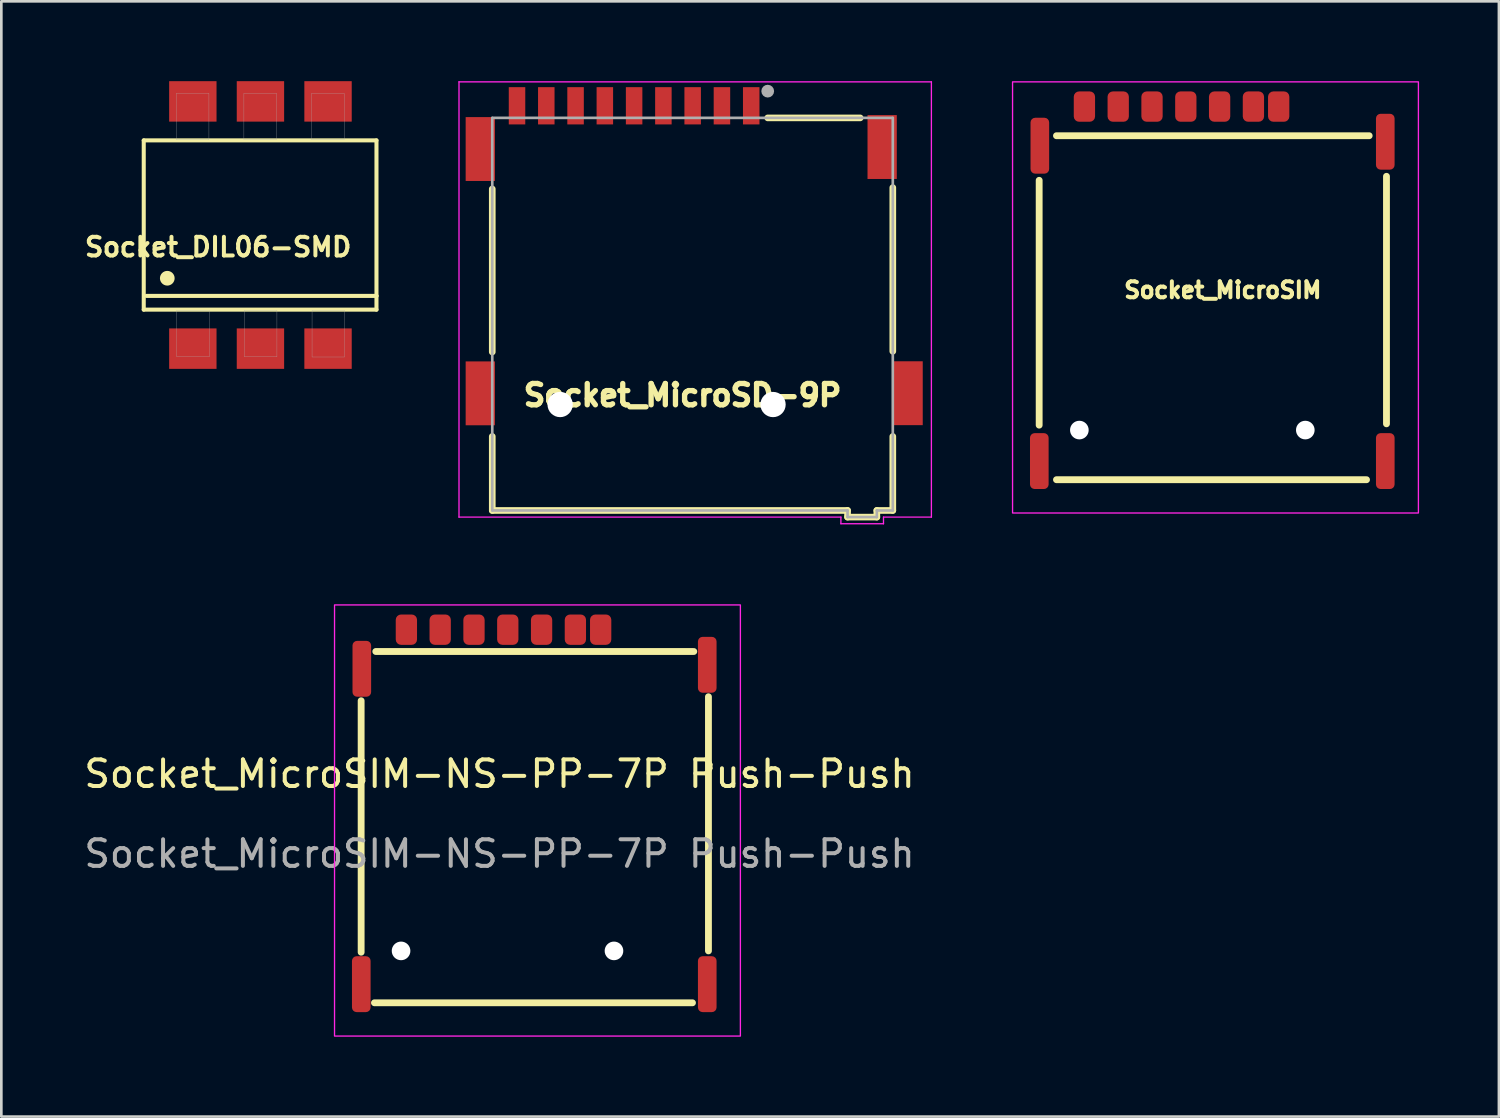
<source format=kicad_pcb>
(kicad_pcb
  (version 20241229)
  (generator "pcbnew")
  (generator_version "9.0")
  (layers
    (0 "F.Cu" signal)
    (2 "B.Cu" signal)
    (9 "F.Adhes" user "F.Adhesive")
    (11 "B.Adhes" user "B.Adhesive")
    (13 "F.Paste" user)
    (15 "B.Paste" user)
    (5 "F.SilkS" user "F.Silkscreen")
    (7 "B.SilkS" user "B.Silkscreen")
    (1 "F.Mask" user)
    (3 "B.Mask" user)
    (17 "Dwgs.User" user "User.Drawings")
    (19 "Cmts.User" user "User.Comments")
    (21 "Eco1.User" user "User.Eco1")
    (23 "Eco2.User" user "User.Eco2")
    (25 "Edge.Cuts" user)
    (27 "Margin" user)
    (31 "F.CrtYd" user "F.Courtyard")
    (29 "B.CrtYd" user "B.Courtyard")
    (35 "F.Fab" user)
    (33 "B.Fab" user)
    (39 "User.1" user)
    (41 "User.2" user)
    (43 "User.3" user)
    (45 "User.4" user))
  (footprint "Socket_DIL06-SMD"
    (layer "F.Cu")
    (at 6.736 5.405)
    (property "Reference" "Socket_DIL06-SMD" (at -1.59 0.827 0) (layer "F.SilkS") (effects (font (size 0.701 0.701) (thickness 0.15))))
    (attr smd)
    (fp_line (start -4.385 -3.18) (end 4.36 -3.18) (stroke (width 0.152) (type solid)) (layer "F.SilkS"))
    (fp_line (start -4.385 3.18) (end -4.385 -3.18) (stroke (width 0.152) (type solid)) (layer "F.SilkS"))
    (fp_line (start 4.36 -3.18) (end 4.36 2.664) (stroke (width 0.152) (type solid)) (layer "F.SilkS"))
    (fp_line (start 4.36 2.664) (end -4.285 2.664) (stroke (width 0.152) (type solid)) (layer "F.SilkS"))
    (fp_line (start 4.36 2.664) (end 4.36 3.18) (stroke (width 0.152) (type solid)) (layer "F.SilkS"))
    (fp_line (start 4.36 3.18) (end -4.385 3.18) (stroke (width 0.152) (type solid)) (layer "F.SilkS"))
    (fp_circle (center -3.5 2) (end -3.224 2) (stroke (width 0) (type solid)) (fill yes) (layer "F.SilkS"))
    (fp_poly (pts (xy -3.162 -4.95) (xy -1.935 -4.95) (xy -1.935 -3.202) (xy -3.162 -3.202)) (stroke (width 0.01) (type solid)) (fill no) (layer "F.Fab"))
    (fp_poly (pts (xy -3.146 3.2) (xy -1.92 3.2) (xy -1.92 4.952) (xy -3.146 4.952)) (stroke (width 0.01) (type solid)) (fill no) (layer "F.Fab"))
    (fp_poly (pts (xy -0.621 -4.95) (xy 0.605 -4.95) (xy 0.605 -3.206) (xy -0.621 -3.206)) (stroke (width 0.01) (type solid)) (fill no) (layer "F.Fab"))
    (fp_poly (pts (xy -0.605 3.2) (xy 0.62 3.2) (xy 0.62 4.951) (xy -0.605 4.951)) (stroke (width 0.01) (type solid)) (fill no) (layer "F.Fab"))
    (fp_poly (pts (xy 1.921 -4.95) (xy 3.145 -4.95) (xy 3.145 -3.201) (xy 1.921 -3.201)) (stroke (width 0.01) (type solid)) (fill no) (layer "F.Fab"))
    (fp_poly (pts (xy 1.939 3.2) (xy 3.16 3.2) (xy 3.16 4.96) (xy 1.939 4.96)) (stroke (width 0.01) (type solid)) (fill no) (layer "F.Fab"))
    (pad "1" smd rect (at -2.54 4.645) (size 1.78 1.52) (layers "F.Cu" "F.Mask" "F.Paste"))
    (pad "2" smd rect (at 0 4.645) (size 1.78 1.52) (layers "F.Cu" "F.Mask" "F.Paste"))
    (pad "3" smd rect (at 2.54 4.645) (size 1.78 1.52) (layers "F.Cu" "F.Mask" "F.Paste"))
    (pad "4" smd rect (at 2.54 -4.645 180) (size 1.78 1.52) (layers "F.Cu" "F.Mask" "F.Paste"))
    (pad "5" smd rect (at 0 -4.645 180) (size 1.78 1.52) (layers "F.Cu" "F.Mask" "F.Paste"))
    (pad "6" smd rect (at -2.54 -4.645 180) (size 1.78 1.52) (layers "F.Cu" "F.Mask" "F.Paste")))
  (footprint "Socket_MicroSIM-NS-PP-7P Push-Push"
    (layer "F.Cu")
    (at 13.42 28.23)
    (property "Reference" "Socket_MicroSIM-NS-PP-7P Push-Push" (at 2.3 -2.2 0) (unlocked yes) (layer "F.SilkS") (effects (font (size 1 1) (thickness 0.15))))
    (attr smd)
    (fp_line (start -2.9 -4.95) (end -2.9 4.5) (stroke (width 0.257) (type solid)) (layer "F.SilkS"))
    (fp_line (start -2.4 6.4) (end 9.55 6.4) (stroke (width 0.257) (type solid)) (layer "F.SilkS"))
    (fp_line (start -2.35 -6.8) (end 9.6 -6.8) (stroke (width 0.257) (type solid)) (layer "F.SilkS"))
    (fp_line (start 10.15 -5.1) (end 10.15 4.45) (stroke (width 0.257) (type solid)) (layer "F.SilkS"))
    (fp_rect (start -3.9 -8.55) (end 11.35 7.65) (stroke (width 0.05) (type solid)) (fill no) (layer "F.CrtYd"))
    (fp_text user "${REFERENCE}" (at 2.3 0.8 0) (unlocked yes) (layer "F.Fab") (effects (font (size 1 1) (thickness 0.15))))
    (pad "" np_thru_hole circle (at -1.4 4.45) (size 0.7 0.7) (drill 1) (layers "*.Cu" "*.Mask"))
    (pad "" np_thru_hole circle (at 6.6 4.45) (size 0.7 0.7) (drill 1) (layers "*.Cu" "*.Mask"))
    (pad "C1" smd roundrect (at 3.88 -7.62 270) (size 1.14 0.8) (layers "F.Cu" "F.Mask" "F.Paste") (roundrect_rratio 0.25))
    (pad "C2" smd roundrect (at 1.34 -7.62 270) (size 1.14 0.8) (layers "F.Cu" "F.Mask" "F.Paste") (roundrect_rratio 0.25))
    (pad "C3" smd roundrect (at -1.2 -7.62 270) (size 1.14 0.8) (layers "F.Cu" "F.Mask" "F.Paste") (roundrect_rratio 0.25))
    (pad "C5" smd roundrect (at 5.15 -7.62 270) (size 1.14 0.8) (layers "F.Cu" "F.Mask" "F.Paste") (roundrect_rratio 0.25))
    (pad "C6" smd roundrect (at 2.61 -7.62 270) (size 1.14 0.8) (layers "F.Cu" "F.Mask" "F.Paste") (roundrect_rratio 0.25))
    (pad "C7" smd roundrect (at 0.07 -7.62 270) (size 1.14 0.8) (layers "F.Cu" "F.Mask" "F.Paste") (roundrect_rratio 0.25))
    (pad "CD" smd roundrect (at 6.1 -7.62 270) (size 1.14 0.8) (layers "F.Cu" "F.Mask" "F.Paste") (roundrect_rratio 0.25))
    (pad "S" smd roundrect (at -2.895 5.7) (size 0.7 2.1) (layers "F.Cu" "F.Mask" "F.Paste") (roundrect_rratio 0.25))
    (pad "S" smd roundrect (at -2.875 -6.15) (size 0.7 2.1) (layers "F.Cu" "F.Mask" "F.Paste") (roundrect_rratio 0.25))
    (pad "S" smd roundrect (at 10.105 -6.3) (size 0.7 2.1) (layers "F.Cu" "F.Mask" "F.Paste") (roundrect_rratio 0.25))
    (pad "S" smd roundrect (at 10.105 5.7) (size 0.7 2.1) (layers "F.Cu" "F.Mask" "F.Paste") (roundrect_rratio 0.25)))
  (footprint "Socket_MicroSD-9P"
    (layer "F.Cu")
    (at 22.597 12.15)
    (property "Reference" "Socket_MicroSD-9P" (at 0 -0.35 0) (layer "F.SilkS") (effects (font (size 0.8 0.8) (thickness 0.3))))
    (attr smd)
    (fp_line (start -7.15 -1.975) (end -7.15 -8.1) (stroke (width 0.25) (type solid)) (layer "F.SilkS"))
    (fp_line (start -7.15 3.98) (end -7.15 1.2) (stroke (width 0.25) (type solid)) (layer "F.SilkS"))
    (fp_line (start -7.15 3.98) (end 6.2 3.98) (stroke (width 0.25) (type solid)) (layer "F.SilkS"))
    (fp_line (start 3.2 -10.77) (end 6.675 -10.77) (stroke (width 0.25) (type solid)) (layer "F.SilkS"))
    (fp_line (start 6.2 3.98) (end 6.2 4.23) (stroke (width 0.25) (type solid)) (layer "F.SilkS"))
    (fp_line (start 6.2 4.23) (end 7.3 4.23) (stroke (width 0.25) (type solid)) (layer "F.SilkS"))
    (fp_line (start 7.3 3.98) (end 7.9 3.98) (stroke (width 0.25) (type solid)) (layer "F.SilkS"))
    (fp_line (start 7.3 4.23) (end 7.3 3.98) (stroke (width 0.25) (type solid)) (layer "F.SilkS"))
    (fp_line (start 7.9 -2) (end 7.9 -8.15) (stroke (width 0.25) (type solid)) (layer "F.SilkS"))
    (fp_line (start 7.9 3.98) (end 7.9 1.2) (stroke (width 0.25) (type solid)) (layer "F.SilkS"))
    (fp_line (start -8.4 -12.125) (end 9.35 -12.125) (stroke (width 0.05) (type solid)) (layer "F.CrtYd"))
    (fp_line (start -8.4 4.23) (end -8.4 -12.125) (stroke (width 0.05) (type solid)) (layer "F.CrtYd"))
    (fp_line (start -8.4 4.23) (end 5.95 4.23) (stroke (width 0.05) (type solid)) (layer "F.CrtYd"))
    (fp_line (start 5.95 4.23) (end 5.95 4.48) (stroke (width 0.05) (type solid)) (layer "F.CrtYd"))
    (fp_line (start 5.95 4.48) (end 7.55 4.48) (stroke (width 0.05) (type solid)) (layer "F.CrtYd"))
    (fp_line (start 7.55 4.23) (end 9.35 4.23) (stroke (width 0.05) (type solid)) (layer "F.CrtYd"))
    (fp_line (start 7.55 4.48) (end 7.55 4.23) (stroke (width 0.05) (type solid)) (layer "F.CrtYd"))
    (fp_line (start 9.35 -12.125) (end 9.35 4.23) (stroke (width 0.05) (type solid)) (layer "F.CrtYd"))
    (fp_line (start -7.15 -10.77) (end 7.9 -10.77) (stroke (width 0.1) (type solid)) (layer "F.Fab"))
    (fp_line (start -7.15 3.98) (end -7.15 -10.77) (stroke (width 0.1) (type solid)) (layer "F.Fab"))
    (fp_line (start -7.15 3.98) (end 6.2 3.98) (stroke (width 0.1) (type solid)) (layer "F.Fab"))
    (fp_line (start 6.2 3.98) (end 6.2 4.23) (stroke (width 0.1) (type solid)) (layer "F.Fab"))
    (fp_line (start 6.2 4.23) (end 7.3 4.23) (stroke (width 0.1) (type solid)) (layer "F.Fab"))
    (fp_line (start 7.3 3.98) (end 7.9 3.98) (stroke (width 0.1) (type solid)) (layer "F.Fab"))
    (fp_line (start 7.3 4.23) (end 7.3 3.98) (stroke (width 0.1) (type solid)) (layer "F.Fab"))
    (fp_line (start 7.9 3.98) (end 7.9 -10.77) (stroke (width 0.1) (type solid)) (layer "F.Fab"))
    (fp_circle (center 3.2 -11.775) (end 3.32 -11.775) (stroke (width 0.24) (type solid)) (fill no) (layer "F.Fab"))
    (pad "" np_thru_hole circle (at -4.6 0) (size 0.95 0.95) (drill 0.95) (layers "*.Cu" "*.Mask"))
    (pad "" np_thru_hole circle (at 3.4 0) (size 0.95 0.95) (drill 0.95) (layers "*.Cu" "*.Mask"))
    (pad "1" smd rect (at 2.58 -11.225) (size 0.62 1.4) (layers "F.Cu" "F.Mask" "F.Paste"))
    (pad "2" smd rect (at 1.48 -11.225) (size 0.62 1.4) (layers "F.Cu" "F.Mask" "F.Paste"))
    (pad "3" smd rect (at 0.38 -11.225) (size 0.62 1.4) (layers "F.Cu" "F.Mask" "F.Paste"))
    (pad "4" smd rect (at -0.72 -11.225) (size 0.62 1.4) (layers "F.Cu" "F.Mask" "F.Paste"))
    (pad "5" smd rect (at -1.82 -11.225) (size 0.62 1.4) (layers "F.Cu" "F.Mask" "F.Paste"))
    (pad "6" smd rect (at -2.92 -11.225) (size 0.62 1.4) (layers "F.Cu" "F.Mask" "F.Paste"))
    (pad "7" smd rect (at -4.02 -11.225) (size 0.62 1.4) (layers "F.Cu" "F.Mask" "F.Paste"))
    (pad "8" smd rect (at -5.12 -11.225) (size 0.62 1.4) (layers "F.Cu" "F.Mask" "F.Paste"))
    (pad "9" smd rect (at -6.22 -11.225) (size 0.62 1.4) (layers "F.Cu" "F.Mask" "F.Paste"))
    (pad "10" smd rect (at -7.6 -9.6) (size 1.1 2.4) (layers "F.Cu" "F.Mask" "F.Paste"))
    (pad "10" smd rect (at -7.6 -0.42) (size 1.1 2.4) (layers "F.Cu" "F.Mask" "F.Paste"))
    (pad "10" smd rect (at 7.5 -9.675) (size 1.1 2.4) (layers "F.Cu" "F.Mask" "F.Paste"))
    (pad "10" smd rect (at 8.475 -0.425) (size 1.1 2.4) (layers "F.Cu" "F.Mask" "F.Paste")))
  (footprint "Socket_MicroSIM"
    (layer "F.Cu")
    (at 42.897 8.35)
    (property "Reference" "Socket_MicroSIM" (at 0 -0.5 0) (unlocked yes) (layer "F.SilkS") (effects (font (size 0.6 0.6) (thickness 0.15))))
    (attr smd)
    (fp_line (start -6.9 -4.625) (end -6.9 4.575) (stroke (width 0.257) (type solid)) (layer "F.SilkS"))
    (fp_line (start -6.25 -6.3) (end 5.5 -6.3) (stroke (width 0.257) (type solid)) (layer "F.SilkS"))
    (fp_line (start -6.25 6.625) (end 5.4 6.625) (stroke (width 0.257) (type solid)) (layer "F.SilkS"))
    (fp_line (start 6.15 -4.775) (end 6.15 4.525) (stroke (width 0.257) (type solid)) (layer "F.SilkS"))
    (fp_rect (start -7.9 -8.325) (end 7.35 7.875) (stroke (width 0.05) (type solid)) (fill no) (layer "F.CrtYd"))
    (pad "" np_thru_hole circle (at -5.39 4.76) (size 0.7 0.7) (drill 1) (layers "*.Cu" "*.Mask"))
    (pad "" np_thru_hole circle (at 3.1 4.76) (size 0.7 0.7) (drill 1) (layers "*.Cu" "*.Mask"))
    (pad "C1" smd roundrect (at -0.12 -7.395 270) (size 1.14 0.8) (layers "F.Cu" "F.Mask" "F.Paste") (roundrect_rratio 0.25))
    (pad "C2" smd roundrect (at -2.66 -7.395 270) (size 1.14 0.8) (layers "F.Cu" "F.Mask" "F.Paste") (roundrect_rratio 0.25))
    (pad "C3" smd roundrect (at -5.2 -7.395 270) (size 1.14 0.8) (layers "F.Cu" "F.Mask" "F.Paste") (roundrect_rratio 0.25))
    (pad "C5" smd roundrect (at 1.15 -7.395 270) (size 1.14 0.8) (layers "F.Cu" "F.Mask" "F.Paste") (roundrect_rratio 0.25))
    (pad "C6" smd roundrect (at -1.39 -7.395 270) (size 1.14 0.8) (layers "F.Cu" "F.Mask" "F.Paste") (roundrect_rratio 0.25))
    (pad "C7" smd roundrect (at -3.93 -7.395 270) (size 1.14 0.8) (layers "F.Cu" "F.Mask" "F.Paste") (roundrect_rratio 0.25))
    (pad "CD" smd roundrect (at 2.1 -7.395 270) (size 1.14 0.8) (layers "F.Cu" "F.Mask" "F.Paste") (roundrect_rratio 0.25))
    (pad "S" smd roundrect (at -6.895 5.925) (size 0.7 2.1) (layers "F.Cu" "F.Mask" "F.Paste") (roundrect_rratio 0.25))
    (pad "S" smd roundrect (at -6.875 -5.925) (size 0.7 2.1) (layers "F.Cu" "F.Mask" "F.Paste") (roundrect_rratio 0.25))
    (pad "S" smd roundrect (at 6.105 -6.075) (size 0.7 2.1) (layers "F.Cu" "F.Mask" "F.Paste") (roundrect_rratio 0.25))
    (pad "S" smd roundrect (at 6.105 5.925) (size 0.7 2.1) (layers "F.Cu" "F.Mask" "F.Paste") (roundrect_rratio 0.25)))
  (gr_rect
    (start -3 -3)
    (end 53.272 38.905)
    (stroke (width 0.1) (type default))
    (fill no)
    (layer "Edge.Cuts")))
</source>
